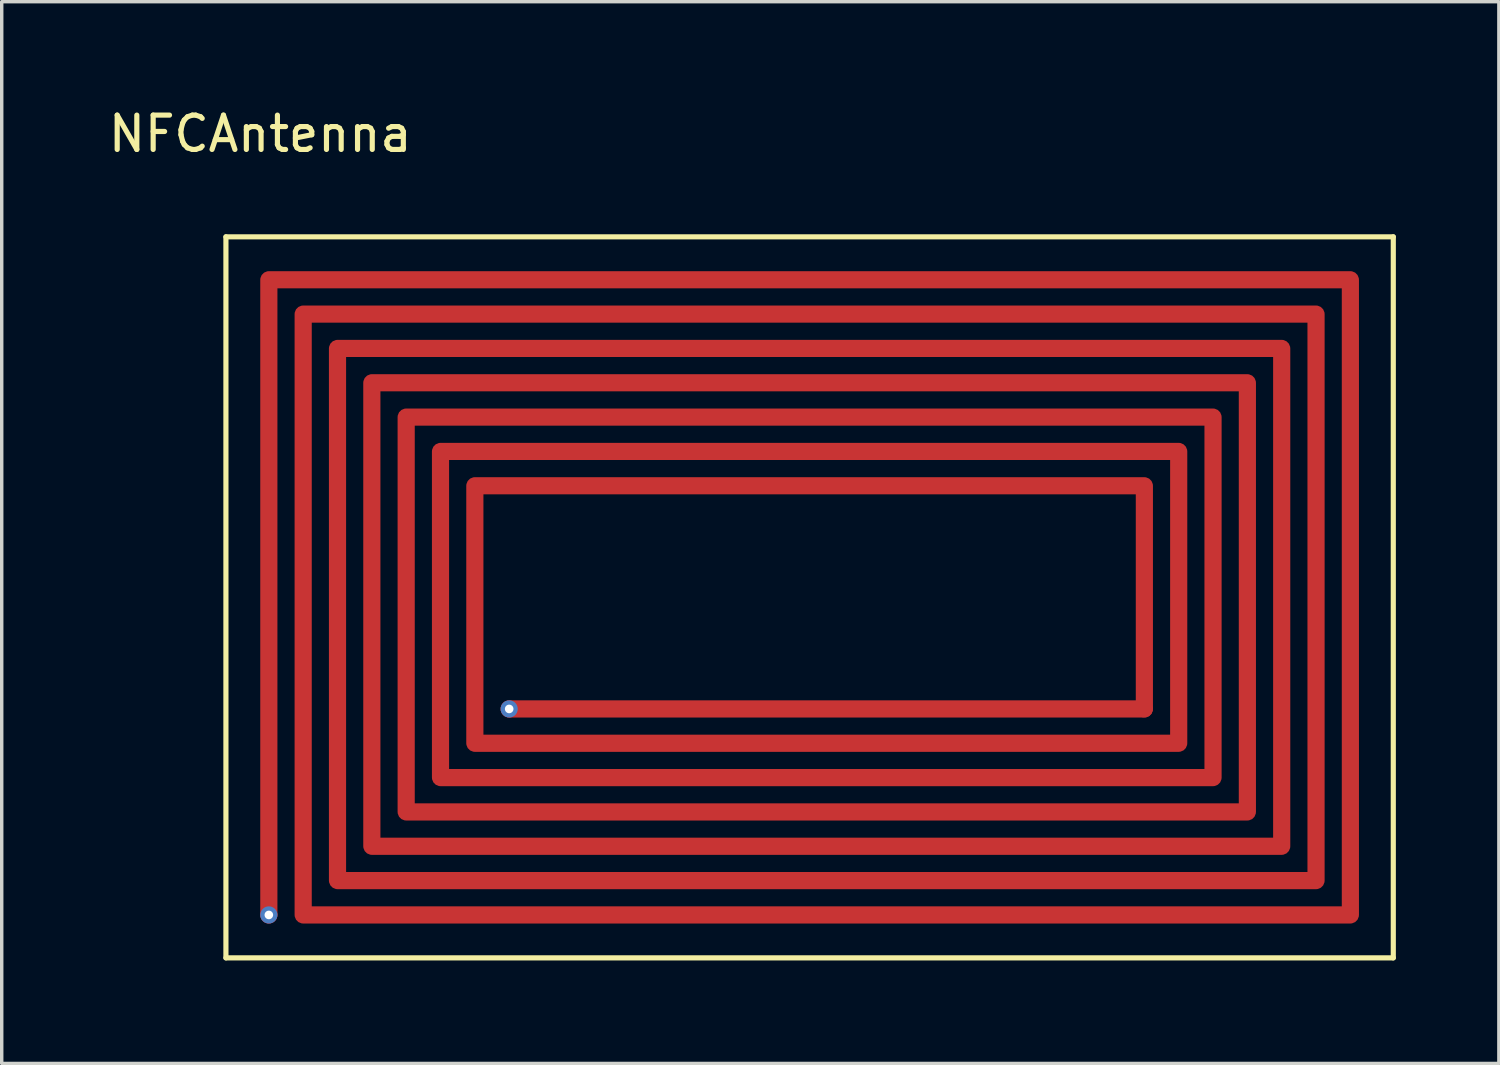
<source format=kicad_pcb>
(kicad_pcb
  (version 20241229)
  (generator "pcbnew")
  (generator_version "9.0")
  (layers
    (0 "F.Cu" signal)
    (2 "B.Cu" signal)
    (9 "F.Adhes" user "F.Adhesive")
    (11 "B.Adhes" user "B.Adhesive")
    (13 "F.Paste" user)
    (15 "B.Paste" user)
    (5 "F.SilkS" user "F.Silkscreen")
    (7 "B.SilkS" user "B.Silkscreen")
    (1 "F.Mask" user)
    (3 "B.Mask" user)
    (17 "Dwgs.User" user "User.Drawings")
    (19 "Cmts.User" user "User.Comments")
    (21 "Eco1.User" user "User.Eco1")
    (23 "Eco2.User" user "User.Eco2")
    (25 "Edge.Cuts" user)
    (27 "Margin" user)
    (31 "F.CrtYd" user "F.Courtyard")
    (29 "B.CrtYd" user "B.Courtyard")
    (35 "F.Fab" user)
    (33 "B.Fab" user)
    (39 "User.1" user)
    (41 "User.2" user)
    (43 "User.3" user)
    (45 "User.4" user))
  (footprint "NFCAntenna"
    (layer "F.Cu")
    (at 4.53 4.848)
    (property "Reference" "NFCAntenna" (at 0 -4 0) (layer "F.SilkS") (effects (font (size 1 1) (thickness 0.15))))
    (attr board_only)
    (fp_line (start -1 -1) (end 33 -1) (stroke (width 0.15) (type solid)) (layer "F.SilkS"))
    (fp_line (start -1 20) (end -1 -1) (stroke (width 0.15) (type solid)) (layer "F.SilkS"))
    (fp_line (start 33 -1) (end 33 20) (stroke (width 0.15) (type solid)) (layer "F.SilkS"))
    (fp_line (start 33 20) (end -1 20) (stroke (width 0.15) (type solid)) (layer "F.SilkS"))
    (pad "1" thru_hole circle (at 0.25 18.75) (size 0.5 0.5) (drill 0.25) (layers "*.Cu" "*.Mask"))
    (pad "1" smd custom (at 0.25 18.75) (size 0.5 0.5) (layers "F.Cu") (options (anchor circle)) (primitives (gr_line (start 0 0) (end 0 -18.5) (width 0.5)) (gr_line (start 0 -18.5) (end 31.5 -18.5) (width 0.5)) (gr_line (start 31.5 -18.5) (end 31.5 0) (width 0.5)) (gr_line (start 31.5 0) (end 1 0) (width 0.5)) (gr_line (start 1 0) (end 1 -17.5) (width 0.5)) (gr_line (start 1 -17.5) (end 30.5 -17.5) (width 0.5)) (gr_line (start 30.5 -17.5) (end 30.5 -1) (width 0.5)) (gr_line (start 30.5 -1) (end 2 -1) (width 0.5)) (gr_line (start 2 -1) (end 2 -16.5) (width 0.5)) (gr_line (start 2 -16.5) (end 29.5 -16.5) (width 0.5)) (gr_line (start 29.5 -16.5) (end 29.5 -2) (width 0.5)) (gr_line (start 29.5 -2) (end 3 -2) (width 0.5)) (gr_line (start 3 -2) (end 3 -15.5) (width 0.5)) (gr_line (start 3 -15.5) (end 28.5 -15.5) (width 0.5)) (gr_line (start 28.5 -15.5) (end 28.5 -3) (width 0.5)) (gr_line (start 28.5 -3) (end 4 -3) (width 0.5)) (gr_line (start 4 -3) (end 4 -14.5) (width 0.5)) (gr_line (start 4 -14.5) (end 27.5 -14.5) (width 0.5)) (gr_line (start 27.5 -14.5) (end 27.5 -4) (width 0.5)) (gr_line (start 27.5 -4) (end 5 -4) (width 0.5)) (gr_line (start 5 -4) (end 5 -13.5) (width 0.5)) (gr_line (start 5 -13.5) (end 26.5 -13.5) (width 0.5)) (gr_line (start 26.5 -13.5) (end 26.5 -5) (width 0.5)) (gr_line (start 26.5 -5) (end 6 -5) (width 0.5)) (gr_line (start 6 -5) (end 6 -12.5) (width 0.5)) (gr_line (start 6 -12.5) (end 25.5 -12.5) (width 0.5)) (gr_line (start 25.5 -12.5) (end 25.5 -6) (width 0.5))))
    (pad "2" thru_hole circle (at 7.25 12.75) (size 0.5 0.5) (drill 0.25) (layers "*.Cu" "*.Mask"))
    (pad "2" smd custom (at 7.25 12.75) (size 0.5 0.5) (layers "F.Cu") (options (anchor circle)) (primitives (gr_line (start 0 0) (end 18.5 0) (width 0.5)))))
  (gr_rect
    (start -3 -3)
    (end 40.605 27.923)
    (stroke (width 0.1) (type default))
    (fill no)
    (layer "Edge.Cuts")))
</source>
